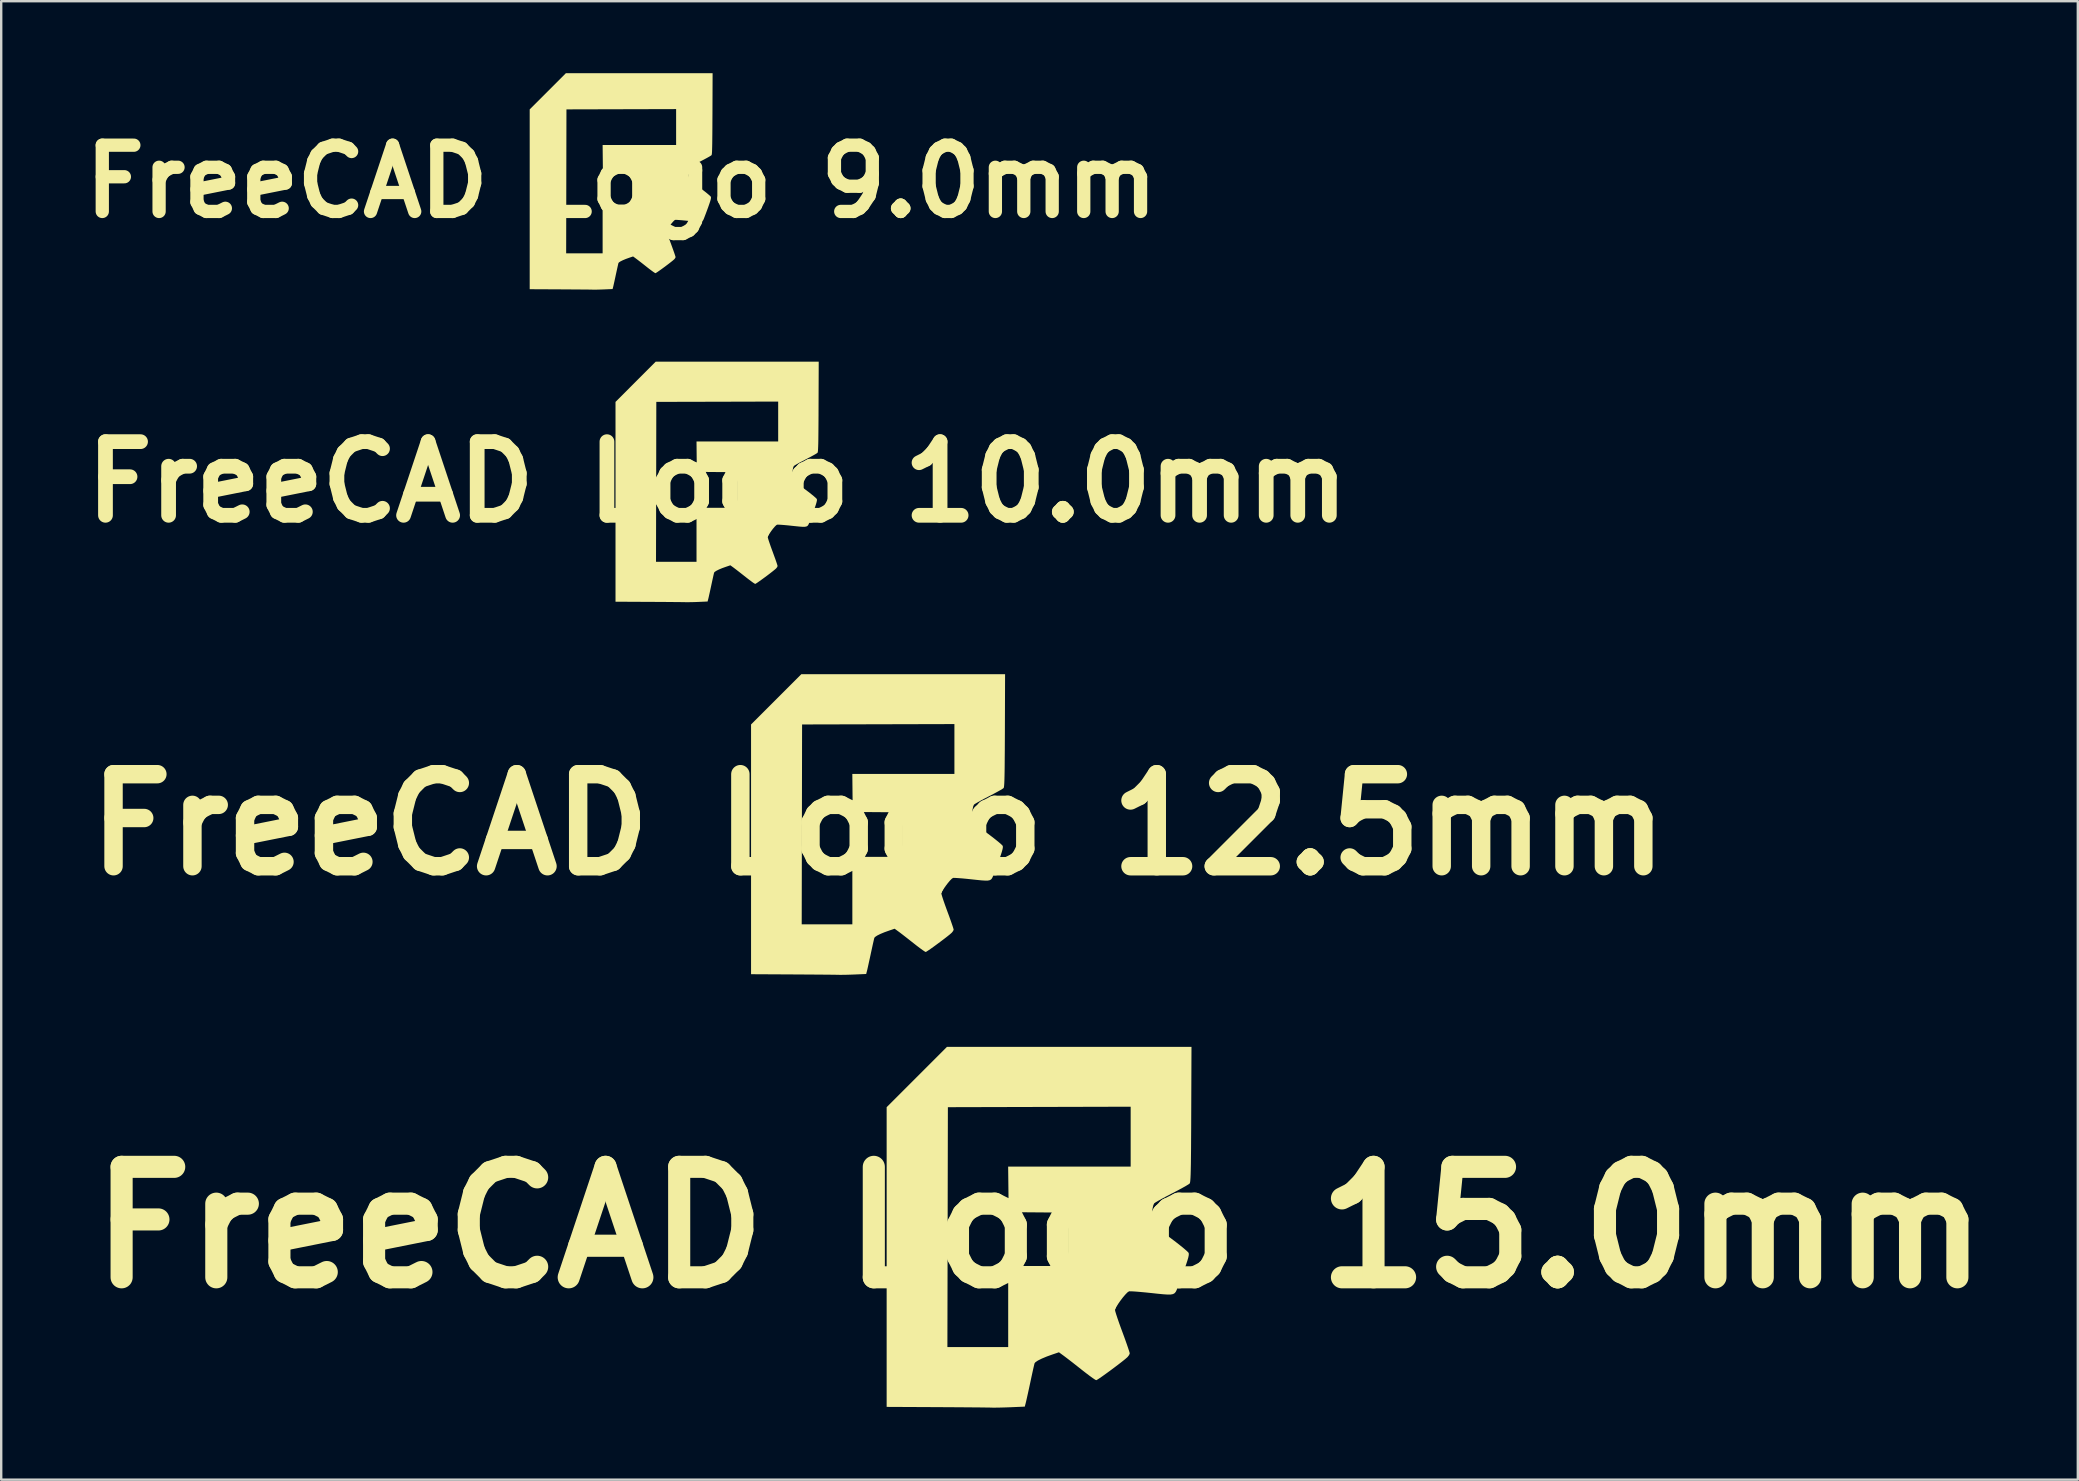
<source format=kicad_pcb>
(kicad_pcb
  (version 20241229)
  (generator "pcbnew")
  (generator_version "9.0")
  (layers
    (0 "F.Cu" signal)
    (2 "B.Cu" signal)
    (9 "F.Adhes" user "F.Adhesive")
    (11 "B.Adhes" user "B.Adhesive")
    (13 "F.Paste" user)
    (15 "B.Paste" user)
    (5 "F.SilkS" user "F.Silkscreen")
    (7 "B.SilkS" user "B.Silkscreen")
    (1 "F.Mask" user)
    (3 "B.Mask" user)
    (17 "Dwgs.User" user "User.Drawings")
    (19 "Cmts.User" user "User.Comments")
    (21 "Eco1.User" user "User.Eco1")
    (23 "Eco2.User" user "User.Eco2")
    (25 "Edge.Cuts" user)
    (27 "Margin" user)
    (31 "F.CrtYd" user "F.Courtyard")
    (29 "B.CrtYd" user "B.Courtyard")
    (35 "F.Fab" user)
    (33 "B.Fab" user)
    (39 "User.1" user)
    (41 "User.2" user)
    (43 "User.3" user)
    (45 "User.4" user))
  (footprint "FreeCAD Logo 9.0mm"
    (layer "F.Cu")
    (at 22.839 4.511)
    (property "Reference" "FreeCAD Logo 9.0mm" (at 0 0 180) (layer "F.SilkS") (effects (font (size 2.761 2.761) (thickness 0.553))))
    (attr board_only exclude_from_pos_files exclude_from_bom)
    (fp_poly (pts (xy 3.793 -2.823) (xy 3.791 -2.495) (xy 3.79 -2.21) (xy 3.788 -1.966) (xy 3.786 -1.758) (xy 3.784 -1.585) (xy 3.781 -1.444) (xy 3.778 -1.331) (xy 3.775 -1.245) (xy 3.771 -1.18) (xy 3.766 -1.136) (xy 3.76 -1.109) (xy 3.755 -1.097) (xy 3.725 -1.075) (xy 3.661 -1.036) (xy 3.57 -0.985) (xy 3.457 -0.924) (xy 3.331 -0.858) (xy 3.313 -0.849) (xy 3.185 -0.782) (xy 3.07 -0.721) (xy 2.974 -0.667) (xy 2.905 -0.626) (xy 2.869 -0.602) (xy 2.867 -0.6) (xy 2.844 -0.551) (xy 2.827 -0.471) (xy 2.816 -0.373) (xy 2.811 -0.27) (xy 2.815 -0.177) (xy 2.827 -0.108) (xy 2.837 -0.087) (xy 2.865 -0.058) (xy 2.925 -0.006) (xy 3.01 0.063) (xy 3.114 0.145) (xy 3.233 0.235) (xy 3.287 0.275) (xy 3.409 0.367) (xy 3.519 0.453) (xy 3.611 0.529) (xy 3.68 0.588) (xy 3.72 0.628) (xy 3.727 0.638) (xy 3.732 0.662) (xy 3.73 0.699) (xy 3.719 0.753) (xy 3.698 0.828) (xy 3.665 0.927) (xy 3.62 1.056) (xy 3.561 1.218) (xy 3.486 1.417) (xy 3.453 1.503) (xy 3.429 1.565) (xy 3.406 1.612) (xy 3.377 1.646) (xy 3.338 1.668) (xy 3.282 1.679) (xy 3.202 1.68) (xy 3.094 1.673) (xy 2.951 1.659) (xy 2.797 1.642) (xy 2.646 1.627) (xy 2.508 1.614) (xy 2.391 1.605) (xy 2.302 1.599) (xy 2.248 1.599) (xy 2.238 1.6) (xy 2.2 1.624) (xy 2.147 1.679) (xy 2.084 1.753) (xy 2.019 1.837) (xy 1.961 1.922) (xy 1.915 1.996) (xy 1.89 2.052) (xy 1.888 2.067) (xy 1.895 2.103) (xy 1.917 2.176) (xy 1.951 2.278) (xy 1.994 2.402) (xy 2.044 2.541) (xy 2.072 2.615) (xy 2.124 2.759) (xy 2.171 2.89) (xy 2.21 3.001) (xy 2.238 3.086) (xy 2.254 3.139) (xy 2.256 3.151) (xy 2.24 3.192) (xy 2.201 3.242) (xy 2.192 3.25) (xy 2.141 3.294) (xy 2.065 3.355) (xy 1.972 3.427) (xy 1.869 3.505) (xy 1.763 3.584) (xy 1.659 3.66) (xy 1.566 3.726) (xy 1.49 3.778) (xy 1.438 3.811) (xy 1.417 3.821) (xy 1.39 3.807) (xy 1.332 3.769) (xy 1.252 3.711) (xy 1.155 3.638) (xy 1.058 3.562) (xy 0.943 3.471) (xy 0.831 3.383) (xy 0.73 3.305) (xy 0.65 3.244) (xy 0.609 3.213) (xy 0.486 3.123) (xy 0.329 3.176) (xy 0.182 3.229) (xy 0.058 3.281) (xy -0.039 3.329) (xy -0.102 3.371) (xy -0.124 3.398) (xy -0.133 3.434) (xy -0.149 3.506) (xy -0.172 3.608) (xy -0.199 3.732) (xy -0.229 3.869) (xy -0.231 3.878) (xy -0.261 4.02) (xy -0.29 4.152) (xy -0.315 4.264) (xy -0.334 4.349) (xy -0.346 4.398) (xy -0.346 4.399) (xy -0.368 4.481) (xy -0.717 4.496) (xy -0.851 4.501) (xy -0.981 4.505) (xy -1.093 4.507) (xy -1.176 4.506) (xy -1.195 4.506) (xy -1.242 4.505) (xy -1.331 4.503) (xy -1.456 4.502) (xy -1.613 4.501) (xy -1.796 4.499) (xy -2.002 4.498) (xy -2.225 4.496) (xy -2.461 4.495) (xy -2.572 4.494) (xy -3.821 4.488) (xy -3.821 2.992) (xy -2.302 2.992) (xy -1.542 2.992) (xy -0.783 2.992) (xy -0.783 1.98) (xy -0.783 0.967) (xy -0.023 0.967) (xy 0.737 0.967) (xy 0.737 0.3) (xy 0.737 -0.368) (xy -0.017 -0.374) (xy -0.771 -0.38) (xy -0.777 -0.949) (xy -0.783 -1.519) (xy 0.748 -1.519) (xy 2.279 -1.519) (xy 2.279 -2.267) (xy 2.279 -3.016) (xy -0.006 -3.01) (xy -2.29 -3.004) (xy -2.296 -0.006) (xy -2.302 2.992) (xy -3.821 2.992) (xy -3.821 0.742) (xy -3.821 -3.004) (xy -3.067 -3.757) (xy -2.314 -4.511) (xy 0.743 -4.511) (xy 3.799 -4.511)) (stroke (width 0) (type solid)) (fill yes) (layer "F.SilkS")))
  (footprint "FreeCAD Logo 12.5mm"
    (layer "F.Cu")
    (at 33.547 31.304)
    (property "Reference" "FreeCAD Logo 12.5mm" (at 0 0 180) (layer "F.SilkS") (effects (font (size 3.835 3.835) (thickness 0.767))))
    (attr board_only exclude_from_pos_files exclude_from_bom)
    (fp_poly (pts (xy 5.268 -3.921) (xy 5.266 -3.466) (xy 5.264 -3.07) (xy 5.261 -2.73) (xy 5.259 -2.442) (xy 5.256 -2.202) (xy 5.252 -2.006) (xy 5.248 -1.849) (xy 5.243 -1.729) (xy 5.237 -1.639) (xy 5.23 -1.578) (xy 5.223 -1.54) (xy 5.215 -1.523) (xy 5.174 -1.493) (xy 5.085 -1.439) (xy 4.958 -1.368) (xy 4.802 -1.284) (xy 4.627 -1.192) (xy 4.601 -1.179) (xy 4.424 -1.087) (xy 4.263 -1.001) (xy 4.131 -0.927) (xy 4.034 -0.87) (xy 3.984 -0.836) (xy 3.982 -0.833) (xy 3.95 -0.766) (xy 3.926 -0.654) (xy 3.911 -0.518) (xy 3.905 -0.375) (xy 3.91 -0.246) (xy 3.927 -0.15) (xy 3.94 -0.12) (xy 3.979 -0.08) (xy 4.062 -0.009) (xy 4.18 0.087) (xy 4.325 0.201) (xy 4.49 0.326) (xy 4.565 0.382) (xy 4.734 0.51) (xy 4.887 0.63) (xy 5.015 0.734) (xy 5.111 0.817) (xy 5.167 0.872) (xy 5.176 0.886) (xy 5.184 0.92) (xy 5.181 0.971) (xy 5.165 1.046) (xy 5.136 1.15) (xy 5.091 1.288) (xy 5.028 1.467) (xy 4.945 1.691) (xy 4.842 1.967) (xy 4.796 2.087) (xy 4.763 2.173) (xy 4.73 2.239) (xy 4.691 2.286) (xy 4.636 2.316) (xy 4.558 2.332) (xy 4.447 2.333) (xy 4.297 2.324) (xy 4.098 2.304) (xy 3.884 2.281) (xy 3.675 2.259) (xy 3.484 2.241) (xy 3.321 2.229) (xy 3.197 2.221) (xy 3.122 2.22) (xy 3.108 2.222) (xy 3.056 2.256) (xy 2.981 2.331) (xy 2.894 2.434) (xy 2.805 2.551) (xy 2.723 2.669) (xy 2.66 2.773) (xy 2.625 2.85) (xy 2.622 2.871) (xy 2.632 2.921) (xy 2.663 3.022) (xy 2.709 3.163) (xy 2.769 3.335) (xy 2.839 3.529) (xy 2.877 3.632) (xy 2.951 3.832) (xy 3.016 4.014) (xy 3.069 4.168) (xy 3.109 4.287) (xy 3.13 4.359) (xy 3.133 4.376) (xy 3.111 4.433) (xy 3.056 4.502) (xy 3.045 4.513) (xy 2.973 4.576) (xy 2.868 4.66) (xy 2.739 4.76) (xy 2.596 4.868) (xy 2.448 4.978) (xy 2.305 5.083) (xy 2.176 5.175) (xy 2.07 5.247) (xy 1.997 5.294) (xy 1.969 5.307) (xy 1.93 5.288) (xy 1.851 5.235) (xy 1.739 5.154) (xy 1.605 5.053) (xy 1.47 4.947) (xy 1.31 4.821) (xy 1.154 4.699) (xy 1.014 4.59) (xy 0.903 4.505) (xy 0.846 4.463) (xy 0.675 4.338) (xy 0.458 4.411) (xy 0.253 4.484) (xy 0.08 4.556) (xy -0.054 4.623) (xy -0.141 4.682) (xy -0.172 4.72) (xy -0.184 4.769) (xy -0.207 4.869) (xy -0.239 5.011) (xy -0.276 5.183) (xy -0.318 5.374) (xy -0.32 5.387) (xy -0.363 5.584) (xy -0.403 5.766) (xy -0.437 5.923) (xy -0.464 6.041) (xy -0.481 6.109) (xy -0.481 6.109) (xy -0.511 6.224) (xy -0.996 6.245) (xy -1.183 6.252) (xy -1.362 6.257) (xy -1.518 6.259) (xy -1.633 6.259) (xy -1.659 6.258) (xy -1.725 6.257) (xy -1.848 6.255) (xy -2.022 6.253) (xy -2.24 6.251) (xy -2.495 6.249) (xy -2.781 6.247) (xy -3.091 6.245) (xy -3.418 6.243) (xy -3.573 6.242) (xy -5.307 6.233) (xy -5.307 4.156) (xy -3.197 4.156) (xy -2.142 4.156) (xy -1.087 4.156) (xy -1.087 2.749) (xy -1.087 1.343) (xy -0.032 1.343) (xy 1.023 1.343) (xy 1.023 0.416) (xy 1.023 -0.511) (xy -0.024 -0.519) (xy -1.071 -0.527) (xy -1.08 -1.319) (xy -1.088 -2.11) (xy 1.038 -2.11) (xy 3.165 -2.11) (xy 3.165 -3.149) (xy 3.165 -4.188) (xy -0.008 -4.18) (xy -3.181 -4.172) (xy -3.189 -0.008) (xy -3.197 4.156) (xy -5.307 4.156) (xy -5.307 1.031) (xy -5.307 -4.172) (xy -4.26 -5.219) (xy -3.213 -6.266) (xy 1.032 -6.266) (xy 5.276 -6.266)) (stroke (width 0) (type solid)) (fill yes) (layer "F.SilkS")))
  (footprint "FreeCAD Logo 10.0mm"
    (layer "F.Cu")
    (at 26.838 17.031)
    (property "Reference" "FreeCAD Logo 10.0mm" (at 0 0 180) (layer "F.SilkS") (effects (font (size 3.068 3.068) (thickness 0.614))))
    (attr board_only exclude_from_pos_files exclude_from_bom)
    (fp_poly (pts (xy 4.214 -3.137) (xy 4.213 -2.772) (xy 4.211 -2.456) (xy 4.209 -2.184) (xy 4.207 -1.954) (xy 4.205 -1.762) (xy 4.202 -1.605) (xy 4.198 -1.479) (xy 4.194 -1.383) (xy 4.19 -1.312) (xy 4.184 -1.262) (xy 4.178 -1.232) (xy 4.172 -1.219) (xy 4.139 -1.194) (xy 4.068 -1.151) (xy 3.966 -1.094) (xy 3.842 -1.027) (xy 3.702 -0.954) (xy 3.681 -0.943) (xy 3.539 -0.869) (xy 3.411 -0.801) (xy 3.304 -0.742) (xy 3.227 -0.696) (xy 3.187 -0.668) (xy 3.185 -0.666) (xy 3.16 -0.613) (xy 3.141 -0.524) (xy 3.128 -0.414) (xy 3.124 -0.3) (xy 3.128 -0.197) (xy 3.141 -0.12) (xy 3.152 -0.096) (xy 3.183 -0.064) (xy 3.249 -0.007) (xy 3.344 0.07) (xy 3.46 0.161) (xy 3.592 0.261) (xy 3.652 0.306) (xy 3.788 0.408) (xy 3.91 0.504) (xy 4.012 0.587) (xy 4.089 0.654) (xy 4.133 0.698) (xy 4.141 0.709) (xy 4.147 0.736) (xy 4.145 0.777) (xy 4.132 0.837) (xy 4.109 0.92) (xy 4.073 1.03) (xy 4.022 1.173) (xy 3.956 1.353) (xy 3.873 1.574) (xy 3.837 1.67) (xy 3.81 1.738) (xy 3.784 1.791) (xy 3.753 1.829) (xy 3.709 1.853) (xy 3.646 1.865) (xy 3.558 1.867) (xy 3.438 1.859) (xy 3.279 1.843) (xy 3.107 1.825) (xy 2.94 1.807) (xy 2.787 1.793) (xy 2.657 1.783) (xy 2.558 1.777) (xy 2.498 1.776) (xy 2.486 1.777) (xy 2.445 1.805) (xy 2.385 1.865) (xy 2.315 1.948) (xy 2.244 2.041) (xy 2.179 2.135) (xy 2.128 2.218) (xy 2.1 2.28) (xy 2.097 2.297) (xy 2.106 2.337) (xy 2.13 2.418) (xy 2.168 2.531) (xy 2.215 2.668) (xy 2.271 2.823) (xy 2.302 2.906) (xy 2.36 3.066) (xy 2.413 3.211) (xy 2.456 3.335) (xy 2.487 3.429) (xy 2.504 3.487) (xy 2.506 3.501) (xy 2.489 3.547) (xy 2.445 3.602) (xy 2.436 3.611) (xy 2.378 3.66) (xy 2.294 3.728) (xy 2.191 3.808) (xy 2.077 3.895) (xy 1.958 3.983) (xy 1.844 4.066) (xy 1.74 4.14) (xy 1.656 4.198) (xy 1.598 4.235) (xy 1.575 4.245) (xy 1.544 4.23) (xy 1.48 4.188) (xy 1.391 4.123) (xy 1.284 4.042) (xy 1.176 3.958) (xy 1.048 3.857) (xy 0.923 3.759) (xy 0.811 3.672) (xy 0.722 3.604) (xy 0.677 3.57) (xy 0.54 3.47) (xy 0.366 3.529) (xy 0.203 3.587) (xy 0.064 3.645) (xy -0.043 3.699) (xy -0.113 3.745) (xy -0.138 3.776) (xy -0.147 3.815) (xy -0.166 3.895) (xy -0.191 4.009) (xy -0.221 4.146) (xy -0.254 4.299) (xy -0.256 4.309) (xy -0.29 4.467) (xy -0.322 4.613) (xy -0.35 4.738) (xy -0.371 4.833) (xy -0.385 4.887) (xy -0.385 4.887) (xy -0.409 4.979) (xy -0.797 4.996) (xy -0.946 5.002) (xy -1.09 5.005) (xy -1.215 5.007) (xy -1.306 5.007) (xy -1.328 5.007) (xy -1.38 5.005) (xy -1.479 5.004) (xy -1.618 5.002) (xy -1.792 5.001) (xy -1.996 4.999) (xy -2.224 4.997) (xy -2.472 4.996) (xy -2.734 4.994) (xy -2.858 4.994) (xy -4.245 4.987) (xy -4.245 3.325) (xy -2.558 3.325) (xy -1.714 3.325) (xy -0.87 3.325) (xy -0.87 2.199) (xy -0.87 1.074) (xy -0.026 1.074) (xy 0.818 1.074) (xy 0.818 0.333) (xy 0.818 -0.409) (xy -0.019 -0.415) (xy -0.857 -0.422) (xy -0.864 -1.055) (xy -0.87 -1.688) (xy 0.831 -1.688) (xy 2.532 -1.688) (xy 2.532 -2.519) (xy 2.532 -3.351) (xy -0.006 -3.344) (xy -2.545 -3.338) (xy -2.551 -0.006) (xy -2.558 3.325) (xy -4.245 3.325) (xy -4.245 0.825) (xy -4.245 -3.337) (xy -3.408 -4.175) (xy -2.571 -5.013) (xy 0.825 -5.013) (xy 4.221 -5.013)) (stroke (width 0) (type solid)) (fill yes) (layer "F.SilkS")))
  (footprint "FreeCAD Logo 15.0mm"
    (layer "F.Cu")
    (at 40.257 48.083)
    (property "Reference" "FreeCAD Logo 15.0mm" (at 0 0 180) (layer "F.SilkS") (effects (font (size 4.602 4.602) (thickness 0.921))))
    (attr board_only exclude_from_pos_files exclude_from_bom)
    (fp_poly (pts (xy 6.321 -4.705) (xy 6.319 -4.159) (xy 6.316 -3.684) (xy 6.314 -3.276) (xy 6.31 -2.931) (xy 6.307 -2.642) (xy 6.302 -2.407) (xy 6.297 -2.219) (xy 6.291 -2.074) (xy 6.284 -1.967) (xy 6.276 -1.894) (xy 6.267 -1.849) (xy 6.258 -1.828) (xy 6.209 -1.792) (xy 6.102 -1.727) (xy 5.949 -1.641) (xy 5.762 -1.54) (xy 5.552 -1.431) (xy 5.521 -1.415) (xy 5.308 -1.304) (xy 5.116 -1.201) (xy 4.957 -1.112) (xy 4.841 -1.044) (xy 4.781 -1.003) (xy 4.778 -0.999) (xy 4.74 -0.919) (xy 4.711 -0.785) (xy 4.693 -0.621) (xy 4.686 -0.45) (xy 4.692 -0.296) (xy 4.712 -0.18) (xy 4.728 -0.144) (xy 4.775 -0.096) (xy 4.874 -0.01) (xy 5.016 0.105) (xy 5.19 0.241) (xy 5.388 0.391) (xy 5.478 0.459) (xy 5.681 0.612) (xy 5.864 0.756) (xy 6.018 0.881) (xy 6.133 0.981) (xy 6.2 1.047) (xy 6.212 1.064) (xy 6.221 1.104) (xy 6.217 1.165) (xy 6.199 1.255) (xy 6.163 1.38) (xy 6.109 1.546) (xy 6.033 1.76) (xy 5.934 2.029) (xy 5.81 2.361) (xy 5.755 2.504) (xy 5.715 2.608) (xy 5.676 2.687) (xy 5.629 2.743) (xy 5.563 2.78) (xy 5.469 2.798) (xy 5.337 2.8) (xy 5.157 2.788) (xy 4.918 2.765) (xy 4.661 2.737) (xy 4.41 2.711) (xy 4.181 2.69) (xy 3.986 2.674) (xy 3.837 2.665) (xy 3.747 2.664) (xy 3.73 2.666) (xy 3.667 2.707) (xy 3.578 2.798) (xy 3.473 2.921) (xy 3.366 3.062) (xy 3.268 3.203) (xy 3.192 3.327) (xy 3.151 3.42) (xy 3.146 3.445) (xy 3.159 3.506) (xy 3.195 3.626) (xy 3.251 3.796) (xy 3.323 4.003) (xy 3.407 4.235) (xy 3.453 4.359) (xy 3.541 4.598) (xy 3.619 4.817) (xy 3.683 5.002) (xy 3.73 5.144) (xy 3.756 5.231) (xy 3.76 5.251) (xy 3.733 5.32) (xy 3.668 5.403) (xy 3.654 5.416) (xy 3.568 5.491) (xy 3.442 5.592) (xy 3.287 5.712) (xy 3.115 5.842) (xy 2.938 5.974) (xy 2.766 6.099) (xy 2.611 6.21) (xy 2.484 6.297) (xy 2.397 6.352) (xy 2.362 6.368) (xy 2.316 6.345) (xy 2.221 6.282) (xy 2.087 6.185) (xy 1.926 6.063) (xy 1.764 5.937) (xy 1.572 5.785) (xy 1.385 5.638) (xy 1.217 5.508) (xy 1.083 5.406) (xy 1.015 5.355) (xy 0.81 5.205) (xy 0.549 5.293) (xy 0.304 5.381) (xy 0.096 5.468) (xy -0.065 5.548) (xy -0.169 5.618) (xy -0.206 5.664) (xy -0.221 5.723) (xy -0.249 5.843) (xy -0.287 6.013) (xy -0.332 6.219) (xy -0.381 6.449) (xy -0.384 6.464) (xy -0.435 6.7) (xy -0.483 6.92) (xy -0.525 7.107) (xy -0.557 7.249) (xy -0.577 7.33) (xy -0.577 7.331) (xy -0.614 7.469) (xy -1.195 7.494) (xy -1.419 7.502) (xy -1.635 7.508) (xy -1.822 7.511) (xy -1.96 7.511) (xy -1.991 7.51) (xy -2.07 7.508) (xy -2.218 7.506) (xy -2.426 7.503) (xy -2.688 7.501) (xy -2.994 7.498) (xy -3.337 7.496) (xy -3.709 7.493) (xy -4.102 7.491) (xy -4.287 7.49) (xy -6.368 7.48) (xy -6.368 4.987) (xy -3.837 4.987) (xy -2.57 4.987) (xy -1.304 4.987) (xy -1.304 3.299) (xy -1.304 1.611) (xy -0.038 1.611) (xy 1.228 1.611) (xy 1.228 0.499) (xy 1.228 -0.613) (xy -0.029 -0.623) (xy -1.285 -0.633) (xy -1.295 -1.582) (xy -1.306 -2.532) (xy 1.246 -2.532) (xy 3.798 -2.532) (xy 3.798 -3.779) (xy 3.798 -5.026) (xy -0.01 -5.016) (xy -3.817 -5.006) (xy -3.827 -0.01) (xy -3.837 4.987) (xy -6.368 4.987) (xy -6.368 1.237) (xy -6.368 -5.006) (xy -5.112 -6.262) (xy -3.856 -7.519) (xy 1.238 -7.519) (xy 6.332 -7.519)) (stroke (width 0) (type solid)) (fill yes) (layer "F.SilkS")))
  (gr_rect
    (start -3 -3)
    (end 83.515 58.594)
    (stroke (width 0.1) (type default))
    (fill no)
    (layer "Edge.Cuts")))
</source>
